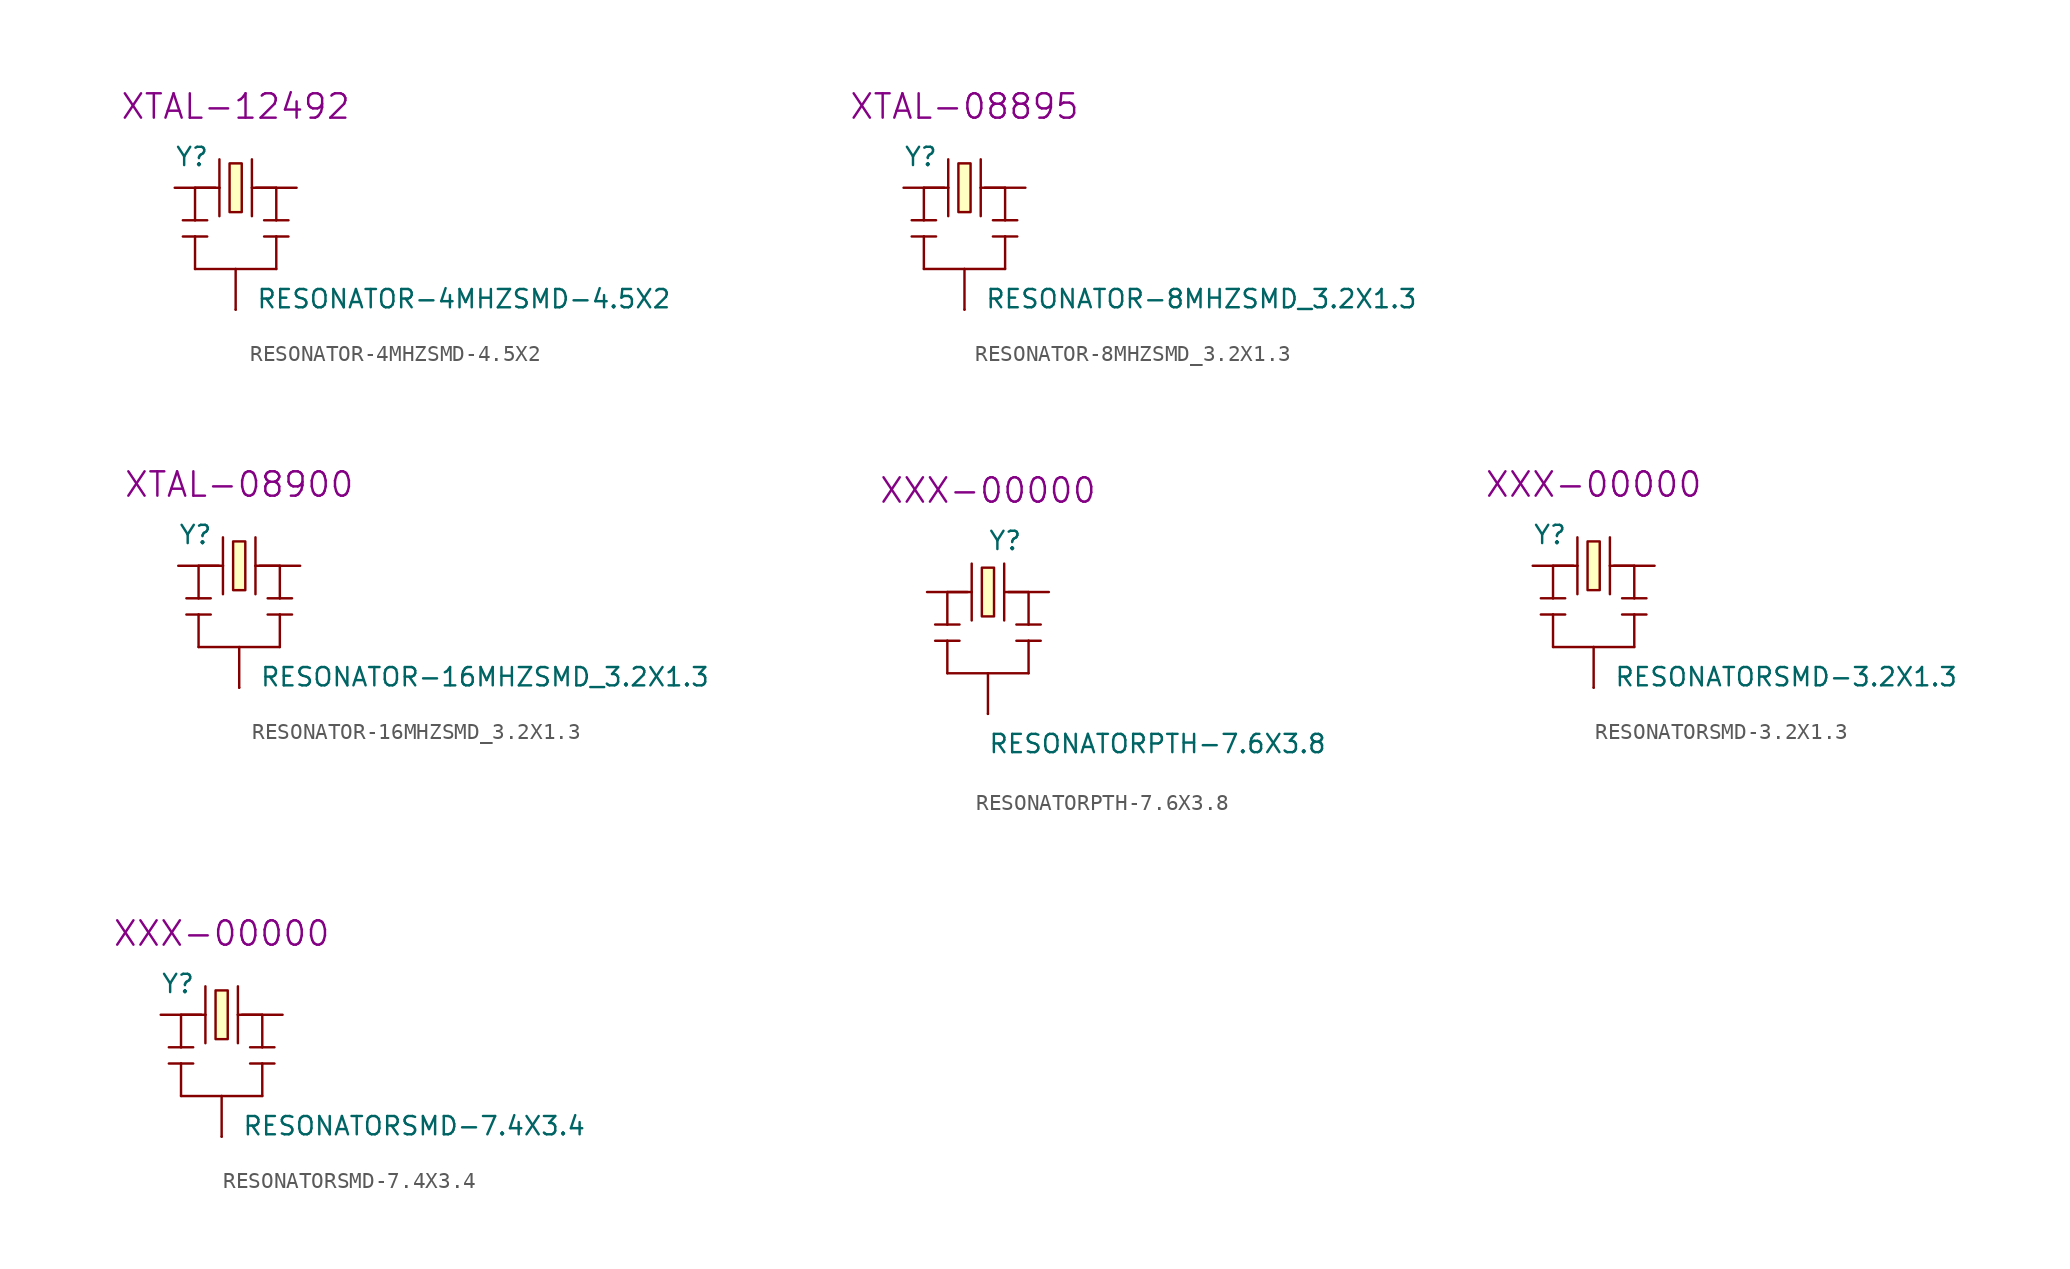
<source format=kicad_sym>
(kicad_symbol_lib
  (version 20220914)
  (generator kicad_symbol_editor)
  (symbol "RESONATOR-4MHZSMD-4.5X2"
    (pin_numbers hide)
    (pin_names
      (offset 1.016) hide)
    (property "Reference" "Y"
      (at -3.81 1.27 0)
      (effects (font (size 1.143 1.143)) (justify left bottom)))
    (property "Value" "RESONATOR-4MHZSMD-4.5X2"
      (at 1.27 -7.62 0)
      (effects (font (size 1.143 1.143)) (justify left bottom)))
    (property "Field4" "XTAL-12492"
      (at 0 5.08 0)
      (effects (font (size 1.524 1.524))))
    (property "ki_locked" ""
      (at 0 0 0)
      (effects (font (size 1.27 1.27))))
    (symbol "RESONATOR-4MHZSMD-4.5X2_1_0"
      (polyline (pts (xy -2.54 -3.048) (xy -3.302 -3.048)) (stroke (width 0) (type solid)) (fill (type none)))
      (polyline (pts (xy -2.54 -3.048) (xy -2.54 -5.08)) (stroke (width 0) (type solid)) (fill (type none)))
      (polyline (pts (xy -2.54 -2.032) (xy -3.302 -2.032)) (stroke (width 0) (type solid)) (fill (type none)))
      (polyline (pts (xy -2.54 -2.032) (xy -2.54 0)) (stroke (width 0) (type solid)) (fill (type none)))
      (polyline (pts (xy -2.54 0) (xy -1.016 0)) (stroke (width 0) (type solid)) (fill (type none)))
      (polyline (pts (xy -1.778 -3.048) (xy -2.54 -3.048)) (stroke (width 0) (type solid)) (fill (type none)))
      (polyline (pts (xy -1.778 -2.032) (xy -2.54 -2.032)) (stroke (width 0) (type solid)) (fill (type none)))
      (polyline (pts (xy -1.016 0) (xy -1.016 -1.778)) (stroke (width 0) (type solid)) (fill (type none)))
      (polyline (pts (xy -1.016 1.778) (xy -1.016 0)) (stroke (width 0) (type solid)) (fill (type none)))
      (polyline (pts (xy 0 -5.08) (xy -2.54 -5.08)) (stroke (width 0) (type solid)) (fill (type none)))
      (polyline (pts (xy 0 -5.08) (xy 0 -7.62)) (stroke (width 0) (type solid)) (fill (type none)))
      (polyline (pts (xy 1.016 0) (xy 1.016 -1.778)) (stroke (width 0) (type solid)) (fill (type none)))
      (polyline (pts (xy 1.016 0) (xy 2.54 0)) (stroke (width 0) (type solid)) (fill (type none)))
      (polyline (pts (xy 1.016 1.778) (xy 1.016 0)) (stroke (width 0) (type solid)) (fill (type none)))
      (polyline (pts (xy 2.54 -5.08) (xy 0 -5.08)) (stroke (width 0) (type solid)) (fill (type none)))
      (polyline (pts (xy 2.54 -3.048) (xy 1.778 -3.048)) (stroke (width 0) (type solid)) (fill (type none)))
      (polyline (pts (xy 2.54 -3.048) (xy 2.54 -5.08)) (stroke (width 0) (type solid)) (fill (type none)))
      (polyline (pts (xy 2.54 -2.032) (xy 1.778 -2.032)) (stroke (width 0) (type solid)) (fill (type none)))
      (polyline (pts (xy 2.54 0) (xy 2.54 -2.032)) (stroke (width 0) (type solid)) (fill (type none)))
      (polyline (pts (xy 3.302 -3.048) (xy 2.54 -3.048)) (stroke (width 0) (type solid)) (fill (type none)))
      (polyline (pts (xy 3.302 -2.032) (xy 2.54 -2.032)) (stroke (width 0) (type solid)) (fill (type none))))
    (symbol "RESONATOR-4MHZSMD-4.5X2_1_1"
      (polyline (pts (xy -0.381 1.524) (xy -0.381 -1.524) (xy 0.381 -1.524) (xy 0.381 1.524) (xy -0.381 1.524)) (stroke (width 0) (type solid)) (fill (type background)))
      (pin passive line (at -3.81 0 0) (length 2.54) (name "1" (effects (font (size 1.016 1.016)))) (number "1" (effects (font (size 1.016 1.016)))))
      (pin passive line (at 0 -7.62 90) (length 0) (name "2" (effects (font (size 1.016 1.016)))) (number "2" (effects (font (size 1.016 1.016)))))
      (pin passive line (at 3.81 0 180) (length 2.54) (name "3" (effects (font (size 1.016 1.016)))) (number "3" (effects (font (size 1.016 1.016)))))))
  (symbol "RESONATOR-8MHZSMD_3.2X1.3"
    (pin_numbers hide)
    (pin_names
      (offset 1.016) hide)
    (property "Reference" "Y"
      (at -3.81 1.27 0)
      (effects (font (size 1.143 1.143)) (justify left bottom)))
    (property "Value" "RESONATOR-8MHZSMD_3.2X1.3"
      (at 1.27 -7.62 0)
      (effects (font (size 1.143 1.143)) (justify left bottom)))
    (property "Field4" "XTAL-08895"
      (at 0 5.08 0)
      (effects (font (size 1.524 1.524))))
    (property "ki_locked" ""
      (at 0 0 0)
      (effects (font (size 1.27 1.27))))
    (symbol "RESONATOR-8MHZSMD_3.2X1.3_1_0"
      (polyline (pts (xy -2.54 -3.048) (xy -3.302 -3.048)) (stroke (width 0) (type solid)) (fill (type none)))
      (polyline (pts (xy -2.54 -3.048) (xy -2.54 -5.08)) (stroke (width 0) (type solid)) (fill (type none)))
      (polyline (pts (xy -2.54 -2.032) (xy -3.302 -2.032)) (stroke (width 0) (type solid)) (fill (type none)))
      (polyline (pts (xy -2.54 -2.032) (xy -2.54 0)) (stroke (width 0) (type solid)) (fill (type none)))
      (polyline (pts (xy -2.54 0) (xy -1.016 0)) (stroke (width 0) (type solid)) (fill (type none)))
      (polyline (pts (xy -1.778 -3.048) (xy -2.54 -3.048)) (stroke (width 0) (type solid)) (fill (type none)))
      (polyline (pts (xy -1.778 -2.032) (xy -2.54 -2.032)) (stroke (width 0) (type solid)) (fill (type none)))
      (polyline (pts (xy -1.016 0) (xy -1.016 -1.778)) (stroke (width 0) (type solid)) (fill (type none)))
      (polyline (pts (xy -1.016 1.778) (xy -1.016 0)) (stroke (width 0) (type solid)) (fill (type none)))
      (polyline (pts (xy 0 -5.08) (xy -2.54 -5.08)) (stroke (width 0) (type solid)) (fill (type none)))
      (polyline (pts (xy 0 -5.08) (xy 0 -7.62)) (stroke (width 0) (type solid)) (fill (type none)))
      (polyline (pts (xy 1.016 0) (xy 1.016 -1.778)) (stroke (width 0) (type solid)) (fill (type none)))
      (polyline (pts (xy 1.016 0) (xy 2.54 0)) (stroke (width 0) (type solid)) (fill (type none)))
      (polyline (pts (xy 1.016 1.778) (xy 1.016 0)) (stroke (width 0) (type solid)) (fill (type none)))
      (polyline (pts (xy 2.54 -5.08) (xy 0 -5.08)) (stroke (width 0) (type solid)) (fill (type none)))
      (polyline (pts (xy 2.54 -3.048) (xy 1.778 -3.048)) (stroke (width 0) (type solid)) (fill (type none)))
      (polyline (pts (xy 2.54 -3.048) (xy 2.54 -5.08)) (stroke (width 0) (type solid)) (fill (type none)))
      (polyline (pts (xy 2.54 -2.032) (xy 1.778 -2.032)) (stroke (width 0) (type solid)) (fill (type none)))
      (polyline (pts (xy 2.54 0) (xy 2.54 -2.032)) (stroke (width 0) (type solid)) (fill (type none)))
      (polyline (pts (xy 3.302 -3.048) (xy 2.54 -3.048)) (stroke (width 0) (type solid)) (fill (type none)))
      (polyline (pts (xy 3.302 -2.032) (xy 2.54 -2.032)) (stroke (width 0) (type solid)) (fill (type none))))
    (symbol "RESONATOR-8MHZSMD_3.2X1.3_1_1"
      (polyline (pts (xy -0.381 1.524) (xy -0.381 -1.524) (xy 0.381 -1.524) (xy 0.381 1.524) (xy -0.381 1.524)) (stroke (width 0) (type solid)) (fill (type background)))
      (pin passive line (at -3.81 0 0) (length 2.54) (name "1" (effects (font (size 1.016 1.016)))) (number "1" (effects (font (size 1.016 1.016)))))
      (pin passive line (at 0 -7.62 90) (length 0) (name "2" (effects (font (size 1.016 1.016)))) (number "2" (effects (font (size 1.016 1.016)))))
      (pin passive line (at 3.81 0 180) (length 2.54) (name "3" (effects (font (size 1.016 1.016)))) (number "3" (effects (font (size 1.016 1.016)))))))
  (symbol "RESONATOR-16MHZSMD_3.2X1.3"
    (pin_numbers hide)
    (pin_names
      (offset 1.016) hide)
    (property "Reference" "Y"
      (at -3.81 1.27 0)
      (effects (font (size 1.143 1.143)) (justify left bottom)))
    (property "Value" "RESONATOR-16MHZSMD_3.2X1.3"
      (at 1.27 -7.62 0)
      (effects (font (size 1.143 1.143)) (justify left bottom)))
    (property "Field4" "XTAL-08900"
      (at 0 5.08 0)
      (effects (font (size 1.524 1.524))))
    (property "ki_locked" ""
      (at 0 0 0)
      (effects (font (size 1.27 1.27))))
    (symbol "RESONATOR-16MHZSMD_3.2X1.3_1_0"
      (polyline (pts (xy -2.54 -3.048) (xy -3.302 -3.048)) (stroke (width 0) (type solid)) (fill (type none)))
      (polyline (pts (xy -2.54 -3.048) (xy -2.54 -5.08)) (stroke (width 0) (type solid)) (fill (type none)))
      (polyline (pts (xy -2.54 -2.032) (xy -3.302 -2.032)) (stroke (width 0) (type solid)) (fill (type none)))
      (polyline (pts (xy -2.54 -2.032) (xy -2.54 0)) (stroke (width 0) (type solid)) (fill (type none)))
      (polyline (pts (xy -2.54 0) (xy -1.016 0)) (stroke (width 0) (type solid)) (fill (type none)))
      (polyline (pts (xy -1.778 -3.048) (xy -2.54 -3.048)) (stroke (width 0) (type solid)) (fill (type none)))
      (polyline (pts (xy -1.778 -2.032) (xy -2.54 -2.032)) (stroke (width 0) (type solid)) (fill (type none)))
      (polyline (pts (xy -1.016 0) (xy -1.016 -1.778)) (stroke (width 0) (type solid)) (fill (type none)))
      (polyline (pts (xy -1.016 1.778) (xy -1.016 0)) (stroke (width 0) (type solid)) (fill (type none)))
      (polyline (pts (xy 0 -5.08) (xy -2.54 -5.08)) (stroke (width 0) (type solid)) (fill (type none)))
      (polyline (pts (xy 0 -5.08) (xy 0 -7.62)) (stroke (width 0) (type solid)) (fill (type none)))
      (polyline (pts (xy 1.016 0) (xy 1.016 -1.778)) (stroke (width 0) (type solid)) (fill (type none)))
      (polyline (pts (xy 1.016 0) (xy 2.54 0)) (stroke (width 0) (type solid)) (fill (type none)))
      (polyline (pts (xy 1.016 1.778) (xy 1.016 0)) (stroke (width 0) (type solid)) (fill (type none)))
      (polyline (pts (xy 2.54 -5.08) (xy 0 -5.08)) (stroke (width 0) (type solid)) (fill (type none)))
      (polyline (pts (xy 2.54 -3.048) (xy 1.778 -3.048)) (stroke (width 0) (type solid)) (fill (type none)))
      (polyline (pts (xy 2.54 -3.048) (xy 2.54 -5.08)) (stroke (width 0) (type solid)) (fill (type none)))
      (polyline (pts (xy 2.54 -2.032) (xy 1.778 -2.032)) (stroke (width 0) (type solid)) (fill (type none)))
      (polyline (pts (xy 2.54 0) (xy 2.54 -2.032)) (stroke (width 0) (type solid)) (fill (type none)))
      (polyline (pts (xy 3.302 -3.048) (xy 2.54 -3.048)) (stroke (width 0) (type solid)) (fill (type none)))
      (polyline (pts (xy 3.302 -2.032) (xy 2.54 -2.032)) (stroke (width 0) (type solid)) (fill (type none))))
    (symbol "RESONATOR-16MHZSMD_3.2X1.3_1_1"
      (polyline (pts (xy -0.381 1.524) (xy -0.381 -1.524) (xy 0.381 -1.524) (xy 0.381 1.524) (xy -0.381 1.524)) (stroke (width 0) (type solid)) (fill (type background)))
      (pin passive line (at -3.81 0 0) (length 2.54) (name "1" (effects (font (size 1.016 1.016)))) (number "1" (effects (font (size 1.016 1.016)))))
      (pin passive line (at 0 -7.62 90) (length 0) (name "2" (effects (font (size 1.016 1.016)))) (number "2" (effects (font (size 1.016 1.016)))))
      (pin passive line (at 3.81 0 180) (length 2.54) (name "3" (effects (font (size 1.016 1.016)))) (number "3" (effects (font (size 1.016 1.016)))))))
  (symbol "RESONATORPTH-7.6X3.8"
    (pin_numbers hide)
    (pin_names
      (offset 1.016) hide)
    (property "Reference" "Y"
      (at 0 2.54 0)
      (effects (font (size 1.143 1.143)) (justify left bottom)))
    (property "Value" "RESONATORPTH-7.6X3.8"
      (at 0 -10.16 0)
      (effects (font (size 1.143 1.143)) (justify left bottom)))
    (property "Field4" "XXX-00000"
      (at 0 6.35 0)
      (effects (font (size 1.524 1.524))))
    (property "ki_locked" ""
      (at 0 0 0)
      (effects (font (size 1.27 1.27))))
    (symbol "RESONATORPTH-7.6X3.8_1_0"
      (polyline (pts (xy -2.54 -3.048) (xy -3.302 -3.048)) (stroke (width 0) (type solid)) (fill (type none)))
      (polyline (pts (xy -2.54 -3.048) (xy -2.54 -5.08)) (stroke (width 0) (type solid)) (fill (type none)))
      (polyline (pts (xy -2.54 -2.032) (xy -3.302 -2.032)) (stroke (width 0) (type solid)) (fill (type none)))
      (polyline (pts (xy -2.54 -2.032) (xy -2.54 0)) (stroke (width 0) (type solid)) (fill (type none)))
      (polyline (pts (xy -2.54 0) (xy -1.016 0)) (stroke (width 0) (type solid)) (fill (type none)))
      (polyline (pts (xy -1.778 -3.048) (xy -2.54 -3.048)) (stroke (width 0) (type solid)) (fill (type none)))
      (polyline (pts (xy -1.778 -2.032) (xy -2.54 -2.032)) (stroke (width 0) (type solid)) (fill (type none)))
      (polyline (pts (xy -1.016 0) (xy -1.016 -1.778)) (stroke (width 0) (type solid)) (fill (type none)))
      (polyline (pts (xy -1.016 1.778) (xy -1.016 0)) (stroke (width 0) (type solid)) (fill (type none)))
      (polyline (pts (xy 0 -5.08) (xy -2.54 -5.08)) (stroke (width 0) (type solid)) (fill (type none)))
      (polyline (pts (xy 0 -5.08) (xy 0 -7.62)) (stroke (width 0) (type solid)) (fill (type none)))
      (polyline (pts (xy 1.016 0) (xy 1.016 -1.778)) (stroke (width 0) (type solid)) (fill (type none)))
      (polyline (pts (xy 1.016 0) (xy 2.54 0)) (stroke (width 0) (type solid)) (fill (type none)))
      (polyline (pts (xy 1.016 1.778) (xy 1.016 0)) (stroke (width 0) (type solid)) (fill (type none)))
      (polyline (pts (xy 2.54 -5.08) (xy 0 -5.08)) (stroke (width 0) (type solid)) (fill (type none)))
      (polyline (pts (xy 2.54 -3.048) (xy 1.778 -3.048)) (stroke (width 0) (type solid)) (fill (type none)))
      (polyline (pts (xy 2.54 -3.048) (xy 2.54 -5.08)) (stroke (width 0) (type solid)) (fill (type none)))
      (polyline (pts (xy 2.54 -2.032) (xy 1.778 -2.032)) (stroke (width 0) (type solid)) (fill (type none)))
      (polyline (pts (xy 2.54 0) (xy 2.54 -2.032)) (stroke (width 0) (type solid)) (fill (type none)))
      (polyline (pts (xy 3.302 -3.048) (xy 2.54 -3.048)) (stroke (width 0) (type solid)) (fill (type none)))
      (polyline (pts (xy 3.302 -2.032) (xy 2.54 -2.032)) (stroke (width 0) (type solid)) (fill (type none))))
    (symbol "RESONATORPTH-7.6X3.8_1_1"
      (polyline (pts (xy -0.381 1.524) (xy -0.381 -1.524) (xy 0.381 -1.524) (xy 0.381 1.524) (xy -0.381 1.524)) (stroke (width 0) (type solid)) (fill (type background)))
      (pin passive line (at -3.81 0 0) (length 2.54) (name "1" (effects (font (size 1.016 1.016)))) (number "1" (effects (font (size 1.016 1.016)))))
      (pin passive line (at 0 -7.62 90) (length 0) (name "2" (effects (font (size 1.016 1.016)))) (number "2" (effects (font (size 1.016 1.016)))))
      (pin passive line (at 3.81 0 180) (length 2.54) (name "3" (effects (font (size 1.016 1.016)))) (number "3" (effects (font (size 1.016 1.016)))))))
  (symbol "RESONATORSMD-3.2X1.3"
    (pin_numbers hide)
    (pin_names
      (offset 1.016) hide)
    (property "Reference" "Y"
      (at -3.81 1.27 0)
      (effects (font (size 1.143 1.143)) (justify left bottom)))
    (property "Value" "RESONATORSMD-3.2X1.3"
      (at 1.27 -7.62 0)
      (effects (font (size 1.143 1.143)) (justify left bottom)))
    (property "Field4" "XXX-00000"
      (at 0 5.08 0)
      (effects (font (size 1.524 1.524))))
    (property "ki_locked" ""
      (at 0 0 0)
      (effects (font (size 1.27 1.27))))
    (symbol "RESONATORSMD-3.2X1.3_1_0"
      (polyline (pts (xy -2.54 -3.048) (xy -3.302 -3.048)) (stroke (width 0) (type solid)) (fill (type none)))
      (polyline (pts (xy -2.54 -3.048) (xy -2.54 -5.08)) (stroke (width 0) (type solid)) (fill (type none)))
      (polyline (pts (xy -2.54 -2.032) (xy -3.302 -2.032)) (stroke (width 0) (type solid)) (fill (type none)))
      (polyline (pts (xy -2.54 -2.032) (xy -2.54 0)) (stroke (width 0) (type solid)) (fill (type none)))
      (polyline (pts (xy -2.54 0) (xy -1.016 0)) (stroke (width 0) (type solid)) (fill (type none)))
      (polyline (pts (xy -1.778 -3.048) (xy -2.54 -3.048)) (stroke (width 0) (type solid)) (fill (type none)))
      (polyline (pts (xy -1.778 -2.032) (xy -2.54 -2.032)) (stroke (width 0) (type solid)) (fill (type none)))
      (polyline (pts (xy -1.016 0) (xy -1.016 -1.778)) (stroke (width 0) (type solid)) (fill (type none)))
      (polyline (pts (xy -1.016 1.778) (xy -1.016 0)) (stroke (width 0) (type solid)) (fill (type none)))
      (polyline (pts (xy 0 -5.08) (xy -2.54 -5.08)) (stroke (width 0) (type solid)) (fill (type none)))
      (polyline (pts (xy 0 -5.08) (xy 0 -7.62)) (stroke (width 0) (type solid)) (fill (type none)))
      (polyline (pts (xy 1.016 0) (xy 1.016 -1.778)) (stroke (width 0) (type solid)) (fill (type none)))
      (polyline (pts (xy 1.016 0) (xy 2.54 0)) (stroke (width 0) (type solid)) (fill (type none)))
      (polyline (pts (xy 1.016 1.778) (xy 1.016 0)) (stroke (width 0) (type solid)) (fill (type none)))
      (polyline (pts (xy 2.54 -5.08) (xy 0 -5.08)) (stroke (width 0) (type solid)) (fill (type none)))
      (polyline (pts (xy 2.54 -3.048) (xy 1.778 -3.048)) (stroke (width 0) (type solid)) (fill (type none)))
      (polyline (pts (xy 2.54 -3.048) (xy 2.54 -5.08)) (stroke (width 0) (type solid)) (fill (type none)))
      (polyline (pts (xy 2.54 -2.032) (xy 1.778 -2.032)) (stroke (width 0) (type solid)) (fill (type none)))
      (polyline (pts (xy 2.54 0) (xy 2.54 -2.032)) (stroke (width 0) (type solid)) (fill (type none)))
      (polyline (pts (xy 3.302 -3.048) (xy 2.54 -3.048)) (stroke (width 0) (type solid)) (fill (type none)))
      (polyline (pts (xy 3.302 -2.032) (xy 2.54 -2.032)) (stroke (width 0) (type solid)) (fill (type none))))
    (symbol "RESONATORSMD-3.2X1.3_1_1"
      (polyline (pts (xy -0.381 1.524) (xy -0.381 -1.524) (xy 0.381 -1.524) (xy 0.381 1.524) (xy -0.381 1.524)) (stroke (width 0) (type solid)) (fill (type background)))
      (pin passive line (at -3.81 0 0) (length 2.54) (name "1" (effects (font (size 1.016 1.016)))) (number "1" (effects (font (size 1.016 1.016)))))
      (pin passive line (at 0 -7.62 90) (length 0) (name "2" (effects (font (size 1.016 1.016)))) (number "2" (effects (font (size 1.016 1.016)))))
      (pin passive line (at 3.81 0 180) (length 2.54) (name "3" (effects (font (size 1.016 1.016)))) (number "3" (effects (font (size 1.016 1.016)))))))
  (symbol "RESONATORSMD-7.4X3.4"
    (pin_numbers hide)
    (pin_names
      (offset 1.016) hide)
    (property "Reference" "Y"
      (at -3.81 1.27 0)
      (effects (font (size 1.143 1.143)) (justify left bottom)))
    (property "Value" "RESONATORSMD-7.4X3.4"
      (at 1.27 -7.62 0)
      (effects (font (size 1.143 1.143)) (justify left bottom)))
    (property "Field4" "XXX-00000"
      (at 0 5.08 0)
      (effects (font (size 1.524 1.524))))
    (property "ki_locked" ""
      (at 0 0 0)
      (effects (font (size 1.27 1.27))))
    (symbol "RESONATORSMD-7.4X3.4_1_0"
      (polyline (pts (xy -2.54 -3.048) (xy -3.302 -3.048)) (stroke (width 0) (type solid)) (fill (type none)))
      (polyline (pts (xy -2.54 -3.048) (xy -2.54 -5.08)) (stroke (width 0) (type solid)) (fill (type none)))
      (polyline (pts (xy -2.54 -2.032) (xy -3.302 -2.032)) (stroke (width 0) (type solid)) (fill (type none)))
      (polyline (pts (xy -2.54 -2.032) (xy -2.54 0)) (stroke (width 0) (type solid)) (fill (type none)))
      (polyline (pts (xy -2.54 0) (xy -1.016 0)) (stroke (width 0) (type solid)) (fill (type none)))
      (polyline (pts (xy -1.778 -3.048) (xy -2.54 -3.048)) (stroke (width 0) (type solid)) (fill (type none)))
      (polyline (pts (xy -1.778 -2.032) (xy -2.54 -2.032)) (stroke (width 0) (type solid)) (fill (type none)))
      (polyline (pts (xy -1.016 0) (xy -1.016 -1.778)) (stroke (width 0) (type solid)) (fill (type none)))
      (polyline (pts (xy -1.016 1.778) (xy -1.016 0)) (stroke (width 0) (type solid)) (fill (type none)))
      (polyline (pts (xy 0 -5.08) (xy -2.54 -5.08)) (stroke (width 0) (type solid)) (fill (type none)))
      (polyline (pts (xy 0 -5.08) (xy 0 -7.62)) (stroke (width 0) (type solid)) (fill (type none)))
      (polyline (pts (xy 1.016 0) (xy 1.016 -1.778)) (stroke (width 0) (type solid)) (fill (type none)))
      (polyline (pts (xy 1.016 0) (xy 2.54 0)) (stroke (width 0) (type solid)) (fill (type none)))
      (polyline (pts (xy 1.016 1.778) (xy 1.016 0)) (stroke (width 0) (type solid)) (fill (type none)))
      (polyline (pts (xy 2.54 -5.08) (xy 0 -5.08)) (stroke (width 0) (type solid)) (fill (type none)))
      (polyline (pts (xy 2.54 -3.048) (xy 1.778 -3.048)) (stroke (width 0) (type solid)) (fill (type none)))
      (polyline (pts (xy 2.54 -3.048) (xy 2.54 -5.08)) (stroke (width 0) (type solid)) (fill (type none)))
      (polyline (pts (xy 2.54 -2.032) (xy 1.778 -2.032)) (stroke (width 0) (type solid)) (fill (type none)))
      (polyline (pts (xy 2.54 0) (xy 2.54 -2.032)) (stroke (width 0) (type solid)) (fill (type none)))
      (polyline (pts (xy 3.302 -3.048) (xy 2.54 -3.048)) (stroke (width 0) (type solid)) (fill (type none)))
      (polyline (pts (xy 3.302 -2.032) (xy 2.54 -2.032)) (stroke (width 0) (type solid)) (fill (type none))))
    (symbol "RESONATORSMD-7.4X3.4_1_1"
      (polyline (pts (xy -0.381 1.524) (xy -0.381 -1.524) (xy 0.381 -1.524) (xy 0.381 1.524) (xy -0.381 1.524)) (stroke (width 0) (type solid)) (fill (type background)))
      (pin passive line (at -3.81 0 0) (length 2.54) (name "1" (effects (font (size 1.016 1.016)))) (number "1" (effects (font (size 1.016 1.016)))))
      (pin passive line (at 0 -7.62 90) (length 0) (name "2" (effects (font (size 1.016 1.016)))) (number "2" (effects (font (size 1.016 1.016)))))
      (pin passive line (at 3.81 0 180) (length 2.54) (name "3" (effects (font (size 1.016 1.016)))) (number "3" (effects (font (size 1.016 1.016))))))))
</source>
